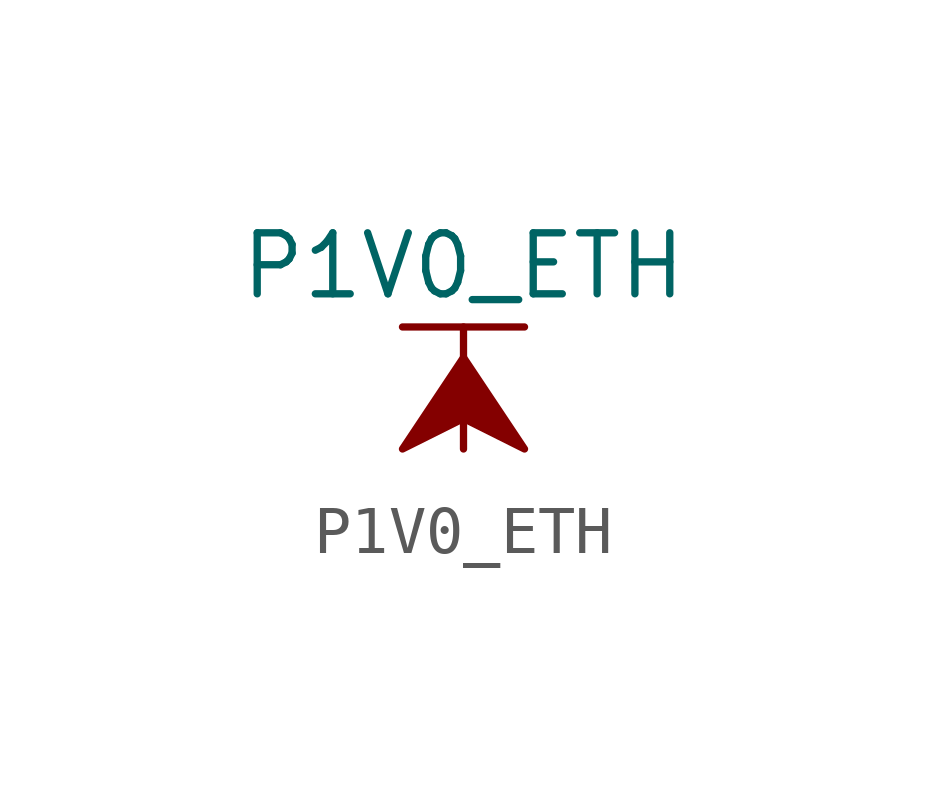
<source format=kicad_sym>
(kicad_symbol_lib
  (version 20211014)
  (generator kicad_symbol_editor)
  (symbol "P1V0_ETH"
    (power)
    (pin_names
      (offset 0))
    (property "Reference" "#PWR"
      (at 0 -3.81 0)
      (effects (font (size 1.27 1.27)) hide))
    (property "Value" "P1V0_ETH"
      (at 0 3.81 0)
      (effects (font (size 1.27 1.27))))
    (symbol "P1V0_ETH_0_1"
      (polyline (pts (xy -1.27 2.54) (xy 1.27 2.54)) (stroke (width 0.152) (type default) (color 0 0 0 0)) (fill (type none)))
      (polyline (pts (xy 0 0) (xy 0 2.54)) (stroke (width 0.152) (type default) (color 0 0 0 0)) (fill (type none)))
      (polyline (pts (xy 0 1.905) (xy -1.27 0) (xy 0 0.635) (xy 1.27 0) (xy 0 1.905)) (stroke (width 0.152) (type default) (color 0 0 0 0)) (fill (type outline))))
    (symbol "P1V0_ETH_1_1"
      (pin power_in line (at 0 0 90) (length 0) hide (name "P1V0_ETH" (effects (font (size 1.27 1.27)))) (number "1" (effects (font (size 1.27 1.27))))))))
</source>
